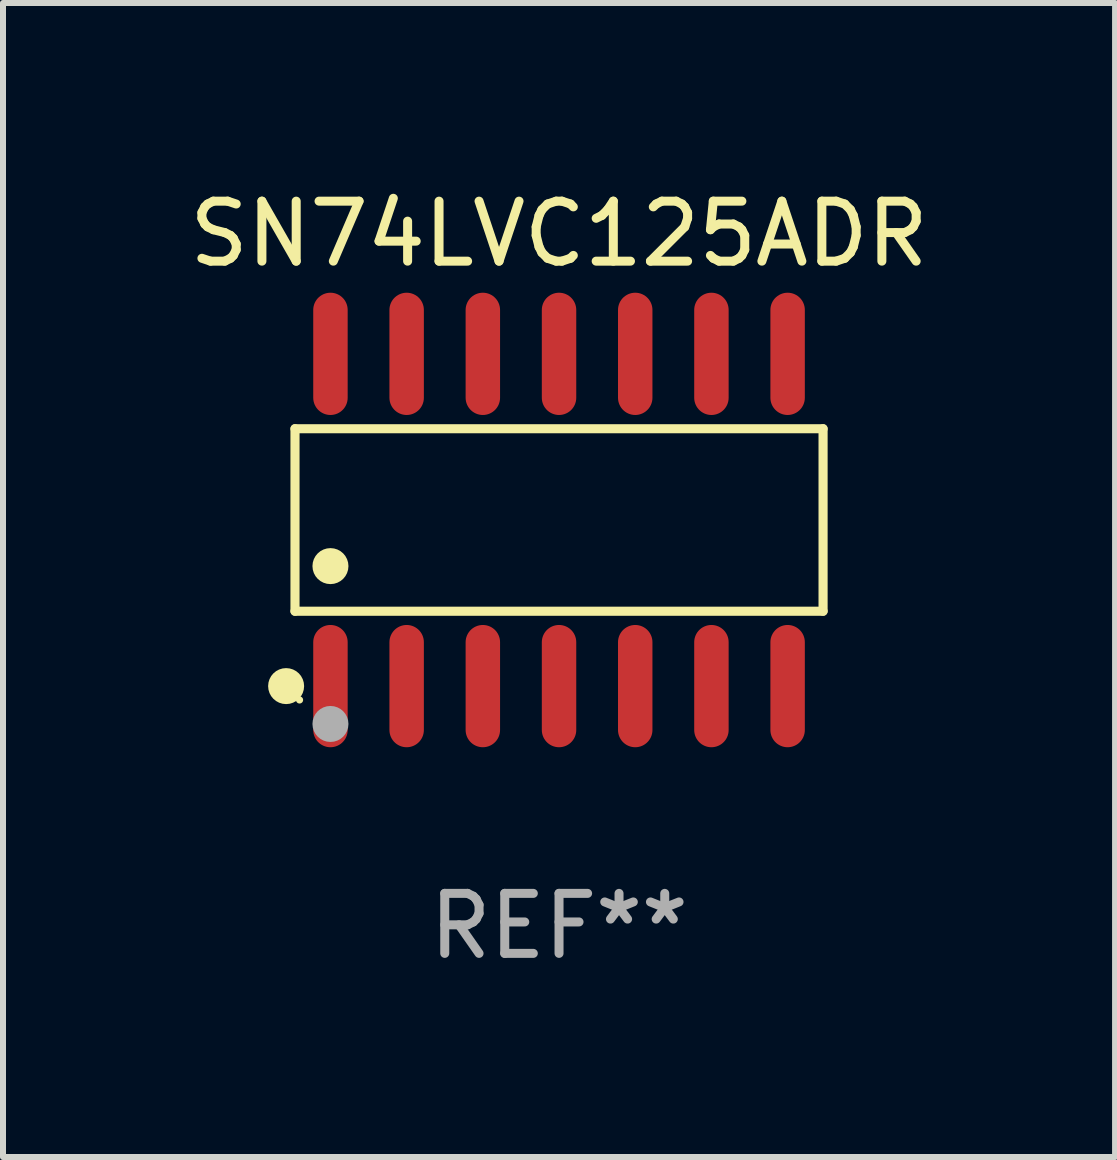
<source format=kicad_pcb>
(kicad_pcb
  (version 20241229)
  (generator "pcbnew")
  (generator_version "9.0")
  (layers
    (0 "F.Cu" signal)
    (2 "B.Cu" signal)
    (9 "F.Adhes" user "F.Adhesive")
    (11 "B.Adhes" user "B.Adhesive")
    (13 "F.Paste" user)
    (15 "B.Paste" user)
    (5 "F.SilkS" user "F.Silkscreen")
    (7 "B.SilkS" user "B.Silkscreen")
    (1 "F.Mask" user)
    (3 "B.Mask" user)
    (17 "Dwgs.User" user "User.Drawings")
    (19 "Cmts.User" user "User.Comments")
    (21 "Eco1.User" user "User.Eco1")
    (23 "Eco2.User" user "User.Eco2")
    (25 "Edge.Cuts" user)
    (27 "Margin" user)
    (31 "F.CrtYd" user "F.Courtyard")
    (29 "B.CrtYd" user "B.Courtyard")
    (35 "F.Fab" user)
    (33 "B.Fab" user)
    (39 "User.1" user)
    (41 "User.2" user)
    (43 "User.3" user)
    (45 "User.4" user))
  (footprint "SN74LVC125ADR"
    (layer "F.Cu")
    (at 6.268 5.617)
    (property "Reference" "SN74LVC125ADR" (at 0 -4.769 0) (layer "F.SilkS") (effects (font (size 1 1) (thickness 0.15))))
    (attr through_hole)
    (fp_line (start -4.401 -1.521) (end 4.401 -1.521) (stroke (width 0.152) (type solid)) (layer "F.SilkS"))
    (fp_line (start -4.401 1.521) (end -4.401 -1.521) (stroke (width 0.152) (type solid)) (layer "F.SilkS"))
    (fp_line (start 4.401 -1.521) (end 4.401 1.521) (stroke (width 0.152) (type solid)) (layer "F.SilkS"))
    (fp_line (start 4.401 1.521) (end -4.401 1.521) (stroke (width 0.152) (type solid)) (layer "F.SilkS"))
    (fp_circle (center -4.549 2.769) (end -4.399 2.769) (stroke (width 0.3) (type solid)) (fill no) (layer "F.SilkS"))
    (fp_circle (center -4.325 3) (end -4.295 3) (stroke (width 0.06) (type solid)) (fill no) (layer "F.SilkS"))
    (fp_circle (center -3.81 0.769) (end -3.66 0.769) (stroke (width 0.3) (type solid)) (fill no) (layer "F.SilkS"))
    (fp_circle (center -3.81 3.4) (end -3.66 3.4) (stroke (width 0.3) (type solid)) (fill no) (layer "F.Fab"))
    (fp_text user "REF**" (at 0 6.769 0) (layer "F.Fab") (effects (font (size 1 1) (thickness 0.15))))
    (pad "1" smd oval (at -3.81 2.769) (size 0.574 2.038) (layers "F.Cu" "F.Mask" "F.Paste"))
    (pad "2" smd oval (at -2.54 2.769) (size 0.574 2.038) (layers "F.Cu" "F.Mask" "F.Paste"))
    (pad "3" smd oval (at -1.27 2.769) (size 0.574 2.038) (layers "F.Cu" "F.Mask" "F.Paste"))
    (pad "4" smd oval (at 0 2.769) (size 0.574 2.038) (layers "F.Cu" "F.Mask" "F.Paste"))
    (pad "5" smd oval (at 1.27 2.769) (size 0.574 2.038) (layers "F.Cu" "F.Mask" "F.Paste"))
    (pad "6" smd oval (at 2.54 2.769) (size 0.574 2.038) (layers "F.Cu" "F.Mask" "F.Paste"))
    (pad "7" smd oval (at 3.81 2.769) (size 0.574 2.038) (layers "F.Cu" "F.Mask" "F.Paste"))
    (pad "8" smd oval (at 3.81 -2.769) (size 0.574 2.038) (layers "F.Cu" "F.Mask" "F.Paste"))
    (pad "9" smd oval (at 2.54 -2.769) (size 0.574 2.038) (layers "F.Cu" "F.Mask" "F.Paste"))
    (pad "10" smd oval (at 1.27 -2.769) (size 0.574 2.038) (layers "F.Cu" "F.Mask" "F.Paste"))
    (pad "11" smd oval (at 0 -2.769) (size 0.574 2.038) (layers "F.Cu" "F.Mask" "F.Paste"))
    (pad "12" smd oval (at -1.27 -2.769) (size 0.574 2.038) (layers "F.Cu" "F.Mask" "F.Paste"))
    (pad "13" smd oval (at -2.54 -2.769) (size 0.574 2.038) (layers "F.Cu" "F.Mask" "F.Paste"))
    (pad "14" smd oval (at -3.81 -2.769) (size 0.574 2.038) (layers "F.Cu" "F.Mask" "F.Paste")))
  (gr_rect
    (start -3 -3)
    (end 15.536 16.235)
    (stroke (width 0.1) (type default))
    (fill no)
    (layer "Edge.Cuts")))
</source>
